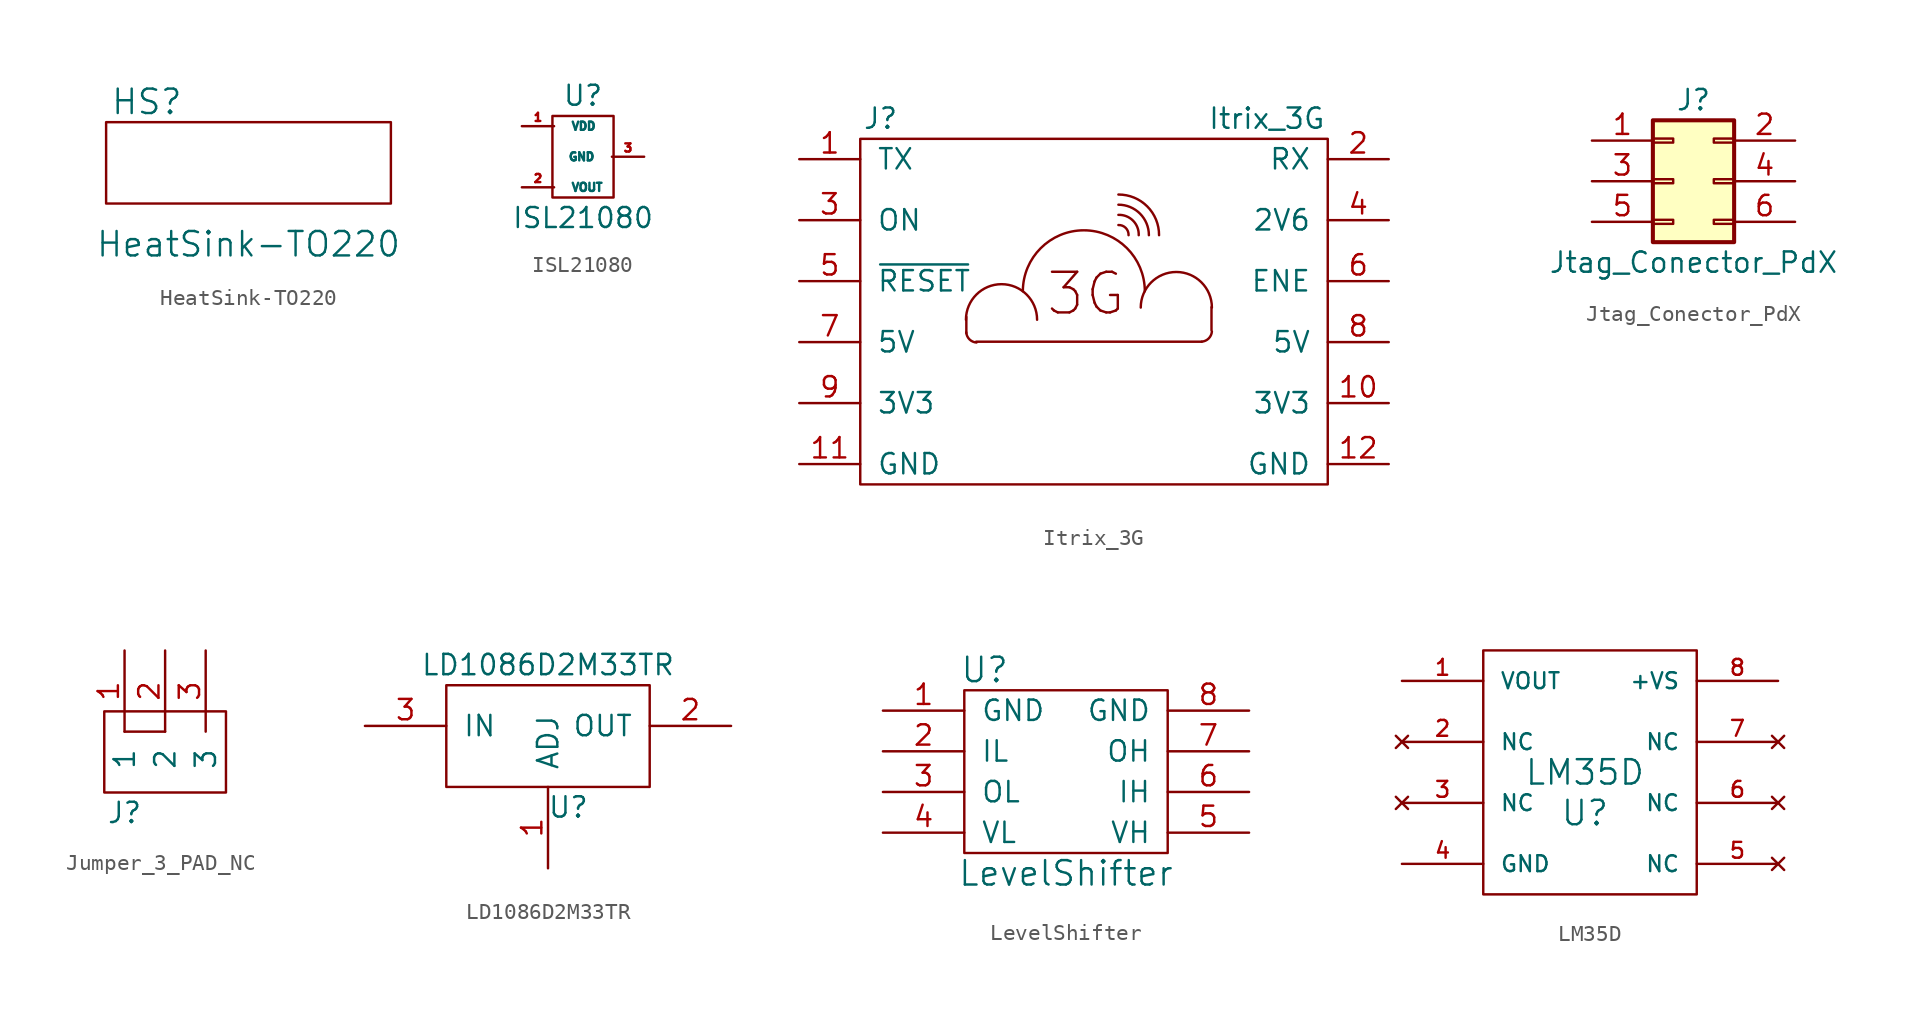
<source format=kicad_sym>
(kicad_symbol_lib
  (version 20211014)
  (generator kicad_symbol_editor)
  (symbol "HeatSink-TO220"
    (pin_names
      (offset 1.016))
    (property "Reference" "HS"
      (at -5.08 6.35 0)
      (effects (font (size 1.524 1.524))))
    (property "Value" "HeatSink-TO220"
      (at 1.27 -2.54 0)
      (effects (font (size 1.524 1.524))))
    (symbol "HeatSink-TO220_0_1"
      (rectangle (start -7.62 5.08) (end 10.16 0) (stroke (width 0) (type default) (color 0 0 0 0)) (fill (type none)))))
  (symbol "ISL21080"
    (pin_names
      (offset 1.016))
    (property "Reference" "U"
      (at 3.81 6.35 0)
      (effects (font (size 1.245 1.245))))
    (property "Value" "ISL21080"
      (at 3.81 -1.27 0)
      (effects (font (size 1.245 1.245))))
    (symbol "ISL21080_0_1"
      (rectangle (start 1.905 5.08) (end 5.715 0) (stroke (width 0) (type default) (color 0 0 0 0)) (fill (type none))))
    (symbol "ISL21080_1_1"
      (pin input line (at 0 4.445 0) (length 2.007) (name "VDD" (effects (font (size 0.508 0.508)))) (number "1" (effects (font (size 0.508 0.508)))))
      (pin input line (at 0 0.635 0) (length 2.007) (name "VOUT" (effects (font (size 0.508 0.508)))) (number "2" (effects (font (size 0.508 0.508)))))
      (pin input line (at 7.62 2.54 180) (length 2.007) (name "GND" (effects (font (size 0.508 0.508)))) (number "3" (effects (font (size 0.508 0.508)))))))
  (symbol "Itrix_3G"
    (pin_names
      (offset 1.016))
    (property "Reference" "J"
      (at 1.27 22.86 0)
      (effects (font (size 1.27 1.27))))
    (property "Value" "Itrix_3G"
      (at 25.4 22.86 0)
      (effects (font (size 1.27 1.27))))
    (symbol "Itrix_3G_0_0"
      (polyline (pts (xy 6.629 10.465) (xy 6.629 9.449)) (stroke (width 0) (type default) (color 0 0 0 0)) (fill (type none)))
      (polyline (pts (xy 7.239 8.915) (xy 21.336 8.915)) (stroke (width 0) (type default) (color 0 0 0 0)) (fill (type none)))
      (polyline (pts (xy 21.946 11.074) (xy 21.946 9.627)) (stroke (width 0) (type default) (color 0 0 0 0)) (fill (type none)))
      (arc (start 6.6294 9.4996) (mid 6.8241 9.0667) (end 7.2644 8.8646) (stroke (width 0) (type default) (color 0 0 0 0)) (fill (type none)))
      (arc (start 11.049 10.287) (mid 8.8392 12.4968) (end 6.604 10.287) (stroke (width 0) (type default) (color 0 0 0 0)) (fill (type none)))
      (arc (start 17.78 12.065) (mid 13.97 15.875) (end 10.16 12.065) (stroke (width 0) (type default) (color 0 0 0 0)) (fill (type none)))
      (arc (start 21.336 8.9154) (mid 21.7689 9.1101) (end 21.971 9.5504) (stroke (width 0) (type default) (color 0 0 0 0)) (fill (type none)))
      (arc (start 21.971 11.049) (mid 19.7612 13.2588) (end 17.526 11.049) (stroke (width 0) (type default) (color 0 0 0 0)) (fill (type none)))
      (rectangle (start 29.21 21.59) (end 0 0) (stroke (width 0) (type default) (color 0 0 0 0)) (fill (type none)))
      (text "3G" (at 14.097 11.913 0) (effects (font (size 2.54 2.54)))))
    (symbol "Itrix_3G_0_1"
      (arc (start 16.764 15.5702) (mid 16.5798 16.0277) (end 16.129 16.2052) (stroke (width 0) (type default) (color 0 0 0 0)) (fill (type none)))
      (arc (start 17.399 15.5702) (mid 17.0361 16.4848) (end 16.129 16.8402) (stroke (width 0) (type default) (color 0 0 0 0)) (fill (type none)))
      (arc (start 18.034 15.5702) (mid 17.476 16.9172) (end 16.129 17.4752) (stroke (width 0) (type default) (color 0 0 0 0)) (fill (type none)))
      (arc (start 18.669 15.5702) (mid 17.9267 17.3751) (end 16.129 18.1102) (stroke (width 0) (type default) (color 0 0 0 0)) (fill (type none))))
    (symbol "Itrix_3G_1_1"
      (pin passive line (at -3.81 20.32 0) (length 3.81) (name "TX" (effects (font (size 1.27 1.27)))) (number "1" (effects (font (size 1.27 1.27)))))
      (pin passive line (at 33.02 5.08 180) (length 3.81) (name "3V3" (effects (font (size 1.27 1.27)))) (number "10" (effects (font (size 1.27 1.27)))))
      (pin passive line (at -3.81 1.27 0) (length 3.81) (name "GND" (effects (font (size 1.27 1.27)))) (number "11" (effects (font (size 1.27 1.27)))))
      (pin passive line (at 33.02 1.27 180) (length 3.81) (name "GND" (effects (font (size 1.27 1.27)))) (number "12" (effects (font (size 1.27 1.27)))))
      (pin passive line (at 33.02 20.32 180) (length 3.81) (name "RX" (effects (font (size 1.27 1.27)))) (number "2" (effects (font (size 1.27 1.27)))))
      (pin passive line (at -3.81 16.51 0) (length 3.81) (name "ON" (effects (font (size 1.27 1.27)))) (number "3" (effects (font (size 1.27 1.27)))))
      (pin passive line (at 33.02 16.51 180) (length 3.81) (name "2V6" (effects (font (size 1.27 1.27)))) (number "4" (effects (font (size 1.27 1.27)))))
      (pin passive line (at -3.81 12.7 0) (length 3.81) (name "~{RESET}" (effects (font (size 1.27 1.27)))) (number "5" (effects (font (size 1.27 1.27)))))
      (pin passive line (at 33.02 12.7 180) (length 3.81) (name "ENE" (effects (font (size 1.27 1.27)))) (number "6" (effects (font (size 1.27 1.27)))))
      (pin passive line (at -3.81 8.89 0) (length 3.81) (name "5V" (effects (font (size 1.27 1.27)))) (number "7" (effects (font (size 1.27 1.27)))))
      (pin passive line (at 33.02 8.89 180) (length 3.81) (name "5V" (effects (font (size 1.27 1.27)))) (number "8" (effects (font (size 1.27 1.27)))))
      (pin passive line (at -3.81 5.08 0) (length 3.81) (name "3V3" (effects (font (size 1.27 1.27)))) (number "9" (effects (font (size 1.27 1.27)))))))
  (symbol "Jtag_Conector_PdX"
    (pin_names
      (offset 1.016) hide)
    (property "Reference" "J"
      (at 1.27 5.08 0)
      (effects (font (size 1.27 1.27))))
    (property "Value" "Jtag_Conector_PdX"
      (at 1.27 -5.08 0)
      (effects (font (size 1.27 1.27))))
    (symbol "Jtag_Conector_PdX_1_1"
      (rectangle (start -1.27 -2.413) (end 0 -2.667) (stroke (width 0.152) (type default) (color 0 0 0 0)) (fill (type none)))
      (rectangle (start -1.27 0.127) (end 0 -0.127) (stroke (width 0.152) (type default) (color 0 0 0 0)) (fill (type none)))
      (rectangle (start -1.27 2.667) (end 0 2.413) (stroke (width 0.152) (type default) (color 0 0 0 0)) (fill (type none)))
      (rectangle (start -1.27 3.81) (end 3.81 -3.81) (stroke (width 0.254) (type default) (color 0 0 0 0)) (fill (type background)))
      (rectangle (start 3.81 -2.413) (end 2.54 -2.667) (stroke (width 0.152) (type default) (color 0 0 0 0)) (fill (type none)))
      (rectangle (start 3.81 0.127) (end 2.54 -0.127) (stroke (width 0.152) (type default) (color 0 0 0 0)) (fill (type none)))
      (rectangle (start 3.81 2.667) (end 2.54 2.413) (stroke (width 0.152) (type default) (color 0 0 0 0)) (fill (type none)))
      (pin passive line (at -5.08 2.54 0) (length 3.81) (name "Pin_1" (effects (font (size 1.27 1.27)))) (number "1" (effects (font (size 1.27 1.27)))))
      (pin passive line (at 7.62 2.54 180) (length 3.81) (name "Pin_2" (effects (font (size 1.27 1.27)))) (number "2" (effects (font (size 1.27 1.27)))))
      (pin passive line (at -5.08 0 0) (length 3.81) (name "Pin_3" (effects (font (size 1.27 1.27)))) (number "3" (effects (font (size 1.27 1.27)))))
      (pin passive line (at 7.62 0 180) (length 3.81) (name "Pin_4" (effects (font (size 1.27 1.27)))) (number "4" (effects (font (size 1.27 1.27)))))
      (pin passive line (at -5.08 -2.54 0) (length 3.81) (name "Pin_5" (effects (font (size 1.27 1.27)))) (number "5" (effects (font (size 1.27 1.27)))))
      (pin passive line (at 7.62 -2.54 180) (length 3.81) (name "Pin_6" (effects (font (size 1.27 1.27)))) (number "6" (effects (font (size 1.27 1.27)))))))
  (symbol "Jumper_3_PAD_NC"
    (pin_names
      (offset 1.016))
    (property "Reference" "J"
      (at -2.54 -5.08 0)
      (effects (font (size 1.27 1.27))))
    (symbol "Jumper_3_PAD_NC_0_1"
      (rectangle (start -3.81 1.27) (end 3.81 -3.81) (stroke (width 0) (type default) (color 0 0 0 0)) (fill (type none)))
      (rectangle (start 0 0) (end -2.54 0) (stroke (width 0) (type default) (color 0 0 0 0)) (fill (type none))))
    (symbol "Jumper_3_PAD_NC_1_1"
      (pin input line (at -2.54 5.08 270) (length 5.08) (name "1" (effects (font (size 1.27 1.27)))) (number "1" (effects (font (size 1.27 1.27)))))
      (pin input line (at 0 5.08 270) (length 5.08) (name "2" (effects (font (size 1.27 1.27)))) (number "2" (effects (font (size 1.27 1.27)))))
      (pin input line (at 2.54 5.08 270) (length 5.08) (name "3" (effects (font (size 1.27 1.27)))) (number "3" (effects (font (size 1.27 1.27)))))))
  (symbol "LD1086D2M33TR"
    (pin_names
      (offset 1.016))
    (property "Reference" "U"
      (at -5.08 -1.27 0)
      (effects (font (size 1.27 1.27))))
    (property "Value" "LD1086D2M33TR"
      (at -6.35 7.62 0)
      (effects (font (size 1.27 1.27))))
    (symbol "LD1086D2M33TR_0_1"
      (rectangle (start -12.7 6.35) (end 0 0) (stroke (width 0) (type default) (color 0 0 0 0)) (fill (type none))))
    (symbol "LD1086D2M33TR_1_1"
      (pin input line (at -6.35 -5.08 90) (length 5.08) (name "ADJ" (effects (font (size 1.27 1.27)))) (number "1" (effects (font (size 1.27 1.27)))))
      (pin input line (at 5.08 3.81 180) (length 5.08) (name "OUT" (effects (font (size 1.27 1.27)))) (number "2" (effects (font (size 1.27 1.27)))))
      (pin input line (at -17.78 3.81 0) (length 5.08) (name "IN" (effects (font (size 1.27 1.27)))) (number "3" (effects (font (size 1.27 1.27)))))))
  (symbol "LevelShifter"
    (pin_names
      (offset 1.016))
    (property "Reference" "U"
      (at -5.08 8.89 0)
      (effects (font (size 1.524 1.524))))
    (property "Value" "LevelShifter"
      (at 0 -3.81 0)
      (effects (font (size 1.524 1.524))))
    (property "Footprint" ""
      (at 0 0 0)
      (effects (font (size 1.524 1.524))))
    (property "Datasheet" ""
      (at 0 0 0)
      (effects (font (size 1.524 1.524))))
    (symbol "LevelShifter_0_1"
      (rectangle (start -6.35 7.62) (end 6.35 -2.54) (stroke (width 0) (type default) (color 0 0 0 0)) (fill (type none))))
    (symbol "LevelShifter_1_1"
      (pin power_in line (at -11.43 6.35 0) (length 5.08) (name "GND" (effects (font (size 1.27 1.27)))) (number "1" (effects (font (size 1.27 1.27)))))
      (pin input line (at -11.43 3.81 0) (length 5.08) (name "IL" (effects (font (size 1.27 1.27)))) (number "2" (effects (font (size 1.27 1.27)))))
      (pin output line (at -11.43 1.27 0) (length 5.08) (name "OL" (effects (font (size 1.27 1.27)))) (number "3" (effects (font (size 1.27 1.27)))))
      (pin power_in line (at -11.43 -1.27 0) (length 5.08) (name "VL" (effects (font (size 1.27 1.27)))) (number "4" (effects (font (size 1.27 1.27)))))
      (pin power_in line (at 11.43 -1.27 180) (length 5.08) (name "VH" (effects (font (size 1.27 1.27)))) (number "5" (effects (font (size 1.27 1.27)))))
      (pin input line (at 11.43 1.27 180) (length 5.08) (name "IH" (effects (font (size 1.27 1.27)))) (number "6" (effects (font (size 1.27 1.27)))))
      (pin output line (at 11.43 3.81 180) (length 5.08) (name "OH" (effects (font (size 1.27 1.27)))) (number "7" (effects (font (size 1.27 1.27)))))
      (pin power_in line (at 11.43 6.35 180) (length 5.08) (name "GND" (effects (font (size 1.27 1.27)))) (number "8" (effects (font (size 1.27 1.27)))))))
  (symbol "LM35D"
    (pin_names
      (offset 1.016))
    (property "Reference" "U"
      (at -0.635 -2.54 0)
      (effects (font (size 1.524 1.524))))
    (property "Value" "LM35D"
      (at -0.635 0 0)
      (effects (font (size 1.524 1.524))))
    (symbol "LM35D_0_1"
      (rectangle (start 6.35 7.62) (end -6.985 -7.62) (stroke (width 0) (type default) (color 0 0 0 0)) (fill (type none))))
    (symbol "LM35D_1_1"
      (pin input line (at -12.065 5.715 0) (length 5.08) (name "VOUT" (effects (font (size 0.991 0.991)))) (number "1" (effects (font (size 0.991 0.991)))))
      (pin no_connect line (at -12.065 1.905 0) (length 5.08) (name "NC" (effects (font (size 0.991 0.991)))) (number "2" (effects (font (size 0.991 0.991)))))
      (pin no_connect line (at -12.065 -1.905 0) (length 5.08) (name "NC" (effects (font (size 0.991 0.991)))) (number "3" (effects (font (size 0.991 0.991)))))
      (pin input line (at -12.065 -5.715 0) (length 5.08) (name "GND" (effects (font (size 0.991 0.991)))) (number "4" (effects (font (size 0.991 0.991)))))
      (pin no_connect line (at 11.43 -5.715 180) (length 5.08) (name "NC" (effects (font (size 0.991 0.991)))) (number "5" (effects (font (size 0.991 0.991)))))
      (pin no_connect line (at 11.43 -1.905 180) (length 5.08) (name "NC" (effects (font (size 0.991 0.991)))) (number "6" (effects (font (size 0.991 0.991)))))
      (pin no_connect line (at 11.43 1.905 180) (length 5.08) (name "NC" (effects (font (size 0.991 0.991)))) (number "7" (effects (font (size 0.991 0.991)))))
      (pin input line (at 11.43 5.715 180) (length 5.08) (name "+VS" (effects (font (size 0.991 0.991)))) (number "8" (effects (font (size 0.991 0.991))))))))
</source>
